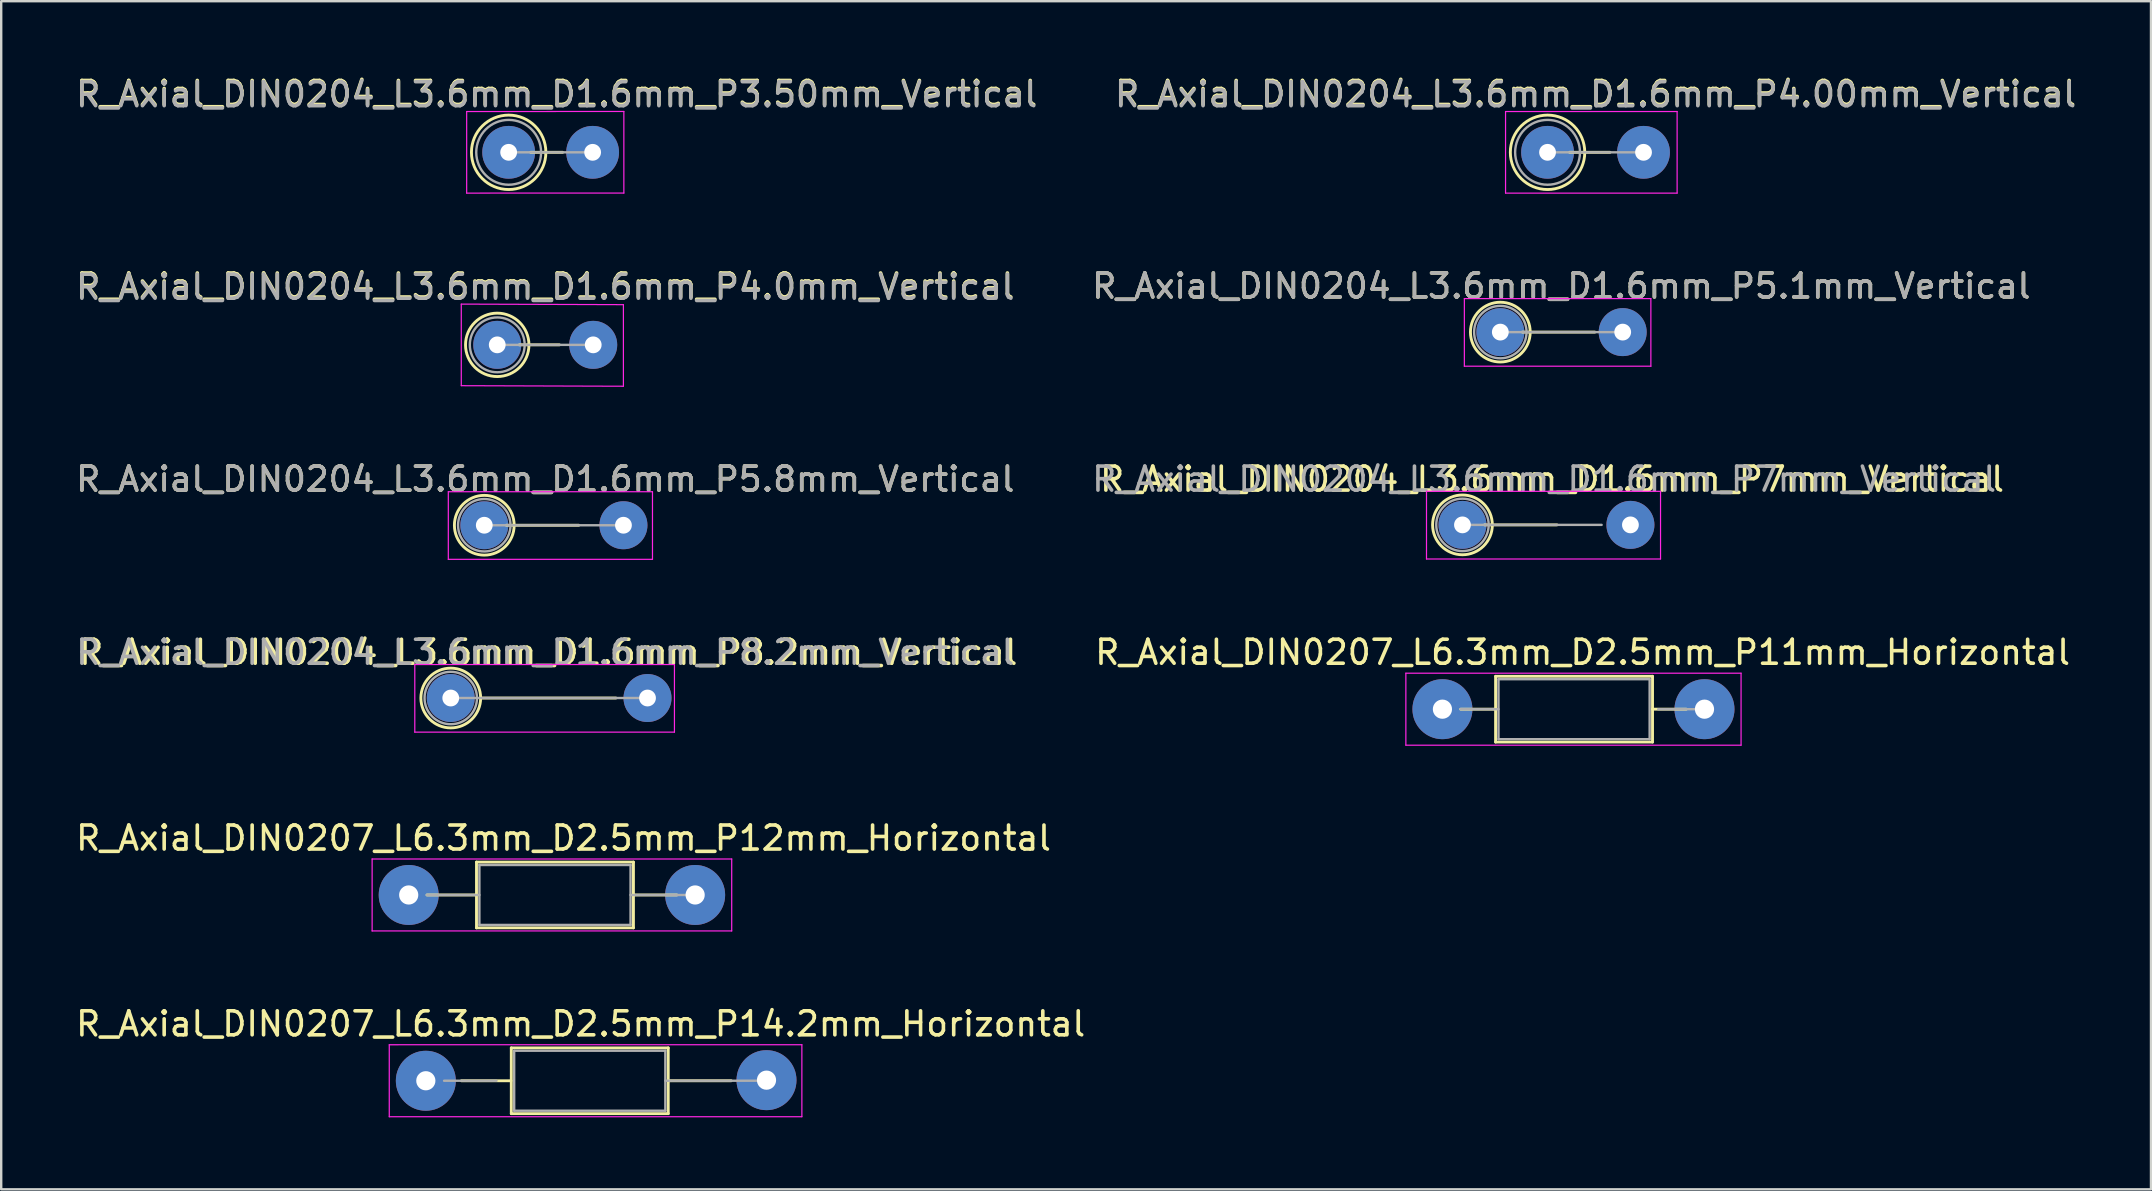
<source format=kicad_pcb>
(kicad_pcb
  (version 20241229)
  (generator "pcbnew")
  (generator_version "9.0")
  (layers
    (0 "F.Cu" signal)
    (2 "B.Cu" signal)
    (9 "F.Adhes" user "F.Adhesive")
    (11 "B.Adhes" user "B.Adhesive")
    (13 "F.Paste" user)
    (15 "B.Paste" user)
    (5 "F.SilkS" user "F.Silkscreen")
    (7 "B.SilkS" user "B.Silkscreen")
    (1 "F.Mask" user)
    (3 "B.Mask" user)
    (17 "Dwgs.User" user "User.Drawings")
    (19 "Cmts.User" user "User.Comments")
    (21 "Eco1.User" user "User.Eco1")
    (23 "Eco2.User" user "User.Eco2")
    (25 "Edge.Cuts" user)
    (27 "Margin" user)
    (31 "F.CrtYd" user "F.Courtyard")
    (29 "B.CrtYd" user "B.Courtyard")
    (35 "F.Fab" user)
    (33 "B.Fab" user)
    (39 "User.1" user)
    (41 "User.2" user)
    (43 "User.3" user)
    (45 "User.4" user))
  (footprint "R_Axial_DIN0204_L3.6mm_D1.6mm_P7mm_Vertical"
    (layer "F.Cu")
    (at 57.9 18.825)
    (property "Reference" "R_Axial_DIN0204_L3.6mm_D1.6mm_P7mm_Vertical" (at 3.734 -1.905 0) (layer "F.SilkS") (effects (font (size 1 1) (thickness 0.15))))
    (attr through_hole)
    (fp_line (start 0.92 0) (end 3.937 0) (stroke (width 0.12) (type solid)) (layer "F.SilkS"))
    (fp_circle (center 0 0) (end 1.245 0) (stroke (width 0.12) (type solid)) (fill no) (layer "F.SilkS"))
    (fp_line (start -1.499 -1.397) (end -1.499 1.422) (stroke (width 0.05) (type solid)) (layer "F.CrtYd"))
    (fp_line (start -1.499 1.422) (end 8.255 1.422) (stroke (width 0.05) (type solid)) (layer "F.CrtYd"))
    (fp_line (start 8.255 -1.397) (end -1.499 -1.397) (stroke (width 0.05) (type solid)) (layer "F.CrtYd"))
    (fp_line (start 8.255 1.422) (end 8.255 -1.397) (stroke (width 0.05) (type solid)) (layer "F.CrtYd"))
    (fp_line (start 0 0) (end 5.8 0) (stroke (width 0.1) (type solid)) (layer "F.Fab"))
    (fp_circle (center 0 0) (end 1.092 -0.025) (stroke (width 0.1) (type solid)) (fill no) (layer "F.Fab"))
    (fp_text user "${REFERENCE}" (at 3.404 -1.905 0) (layer "F.Fab") (effects (font (size 1 1) (thickness 0.15))))
    (pad "1" thru_hole circle (at 0 0) (size 2 2) (drill 0.7) (layers "*.Cu" "*.Mask"))
    (pad "2" thru_hole circle (at 7 0) (size 2 2) (drill 0.7) (layers "*.Cu" "*.Mask")))
  (footprint "R_Axial_DIN0204_L3.6mm_D1.6mm_P4.0mm_Vertical"
    (layer "F.Cu")
    (at 17.673 11.322)
    (property "Reference" "R_Axial_DIN0204_L3.6mm_D1.6mm_P4.0mm_Vertical" (at 2 -2.45 0) (layer "F.SilkS") (effects (font (size 1 1) (thickness 0.15))))
    (attr through_hole)
    (fp_line (start 0.92 0) (end 2.591 0) (stroke (width 0.12) (type solid)) (layer "F.SilkS"))
    (fp_circle (center 0 0) (end 1.321 0.025) (stroke (width 0.12) (type solid)) (fill no) (layer "F.SilkS"))
    (fp_line (start -1.499 -1.698) (end -1.499 1.702) (stroke (width 0.05) (type solid)) (layer "F.CrtYd"))
    (fp_line (start -1.499 1.702) (end 5.258 1.725) (stroke (width 0.05) (type solid)) (layer "F.CrtYd"))
    (fp_line (start 5.258 -1.675) (end -1.499 -1.698) (stroke (width 0.05) (type solid)) (layer "F.CrtYd"))
    (fp_line (start 5.258 1.725) (end 5.258 -1.675) (stroke (width 0.05) (type solid)) (layer "F.CrtYd"))
    (fp_line (start 0 0) (end 4 0) (stroke (width 0.1) (type solid)) (layer "F.Fab"))
    (fp_circle (center 0 0) (end 1.143 0) (stroke (width 0.1) (type solid)) (fill no) (layer "F.Fab"))
    (fp_text user "${REFERENCE}" (at 2 -2.4 0) (layer "F.Fab") (effects (font (size 1 1) (thickness 0.15))))
    (pad "1" thru_hole circle (at 0 0) (size 2 2) (drill 0.7) (layers "*.Cu" "*.Mask"))
    (pad "2" thru_hole circle (at 4 0) (size 2 2) (drill 0.7) (layers "*.Cu" "*.Mask")))
  (footprint "R_Axial_DIN0207_L6.3mm_D2.5mm_P11mm_Horizontal"
    (layer "F.Cu")
    (at 57.827 26.506)
    (property "Reference" "R_Axial_DIN0207_L6.3mm_D2.5mm_P11mm_Horizontal" (at 5.08 -2.37 0) (layer "F.SilkS") (effects (font (size 1 1) (thickness 0.15))))
    (attr through_hole)
    (fp_line (start 0 0) (end 1.454 0) (stroke (width 0.12) (type solid)) (layer "F.SilkS"))
    (fp_line (start 1.454 -1.37) (end 1.454 1.37) (stroke (width 0.12) (type solid)) (layer "F.SilkS"))
    (fp_line (start 1.454 1.37) (end 7.994 1.37) (stroke (width 0.12) (type solid)) (layer "F.SilkS"))
    (fp_line (start 7.994 -1.37) (end 1.454 -1.37) (stroke (width 0.12) (type solid)) (layer "F.SilkS"))
    (fp_line (start 7.994 1.37) (end 7.994 -1.37) (stroke (width 0.12) (type solid)) (layer "F.SilkS"))
    (fp_line (start 9.398 0) (end 7.994 0) (stroke (width 0.12) (type solid)) (layer "F.SilkS"))
    (fp_line (start -2.286 -1.5) (end -2.286 1.5) (stroke (width 0.05) (type solid)) (layer "F.CrtYd"))
    (fp_line (start -2.286 1.5) (end 11.684 1.5) (stroke (width 0.05) (type solid)) (layer "F.CrtYd"))
    (fp_line (start 11.684 -1.5) (end -2.286 -1.5) (stroke (width 0.05) (type solid)) (layer "F.CrtYd"))
    (fp_line (start 11.684 1.5) (end 11.684 -1.5) (stroke (width 0.05) (type solid)) (layer "F.CrtYd"))
    (fp_line (start 0 0) (end 1.574 0) (stroke (width 0.1) (type solid)) (layer "F.Fab"))
    (fp_line (start 1.574 -1.25) (end 1.574 1.25) (stroke (width 0.1) (type solid)) (layer "F.Fab"))
    (fp_line (start 1.574 1.25) (end 7.874 1.25) (stroke (width 0.1) (type solid)) (layer "F.Fab"))
    (fp_line (start 7.874 -1.25) (end 1.574 -1.25) (stroke (width 0.1) (type solid)) (layer "F.Fab"))
    (fp_line (start 7.874 1.25) (end 7.874 -1.25) (stroke (width 0.1) (type solid)) (layer "F.Fab"))
    (fp_line (start 10.16 0) (end 8.23 0) (stroke (width 0.1) (type solid)) (layer "F.Fab"))
    (pad "1" thru_hole circle (at -0.762 0) (size 2.5 2.5) (drill 0.8) (layers "*.Cu" "*.Mask"))
    (pad "2" thru_hole circle (at 10.16 0) (size 2.5 2.5) (drill 0.8) (layers "*.Cu" "*.Mask")))
  (footprint "R_Axial_DIN0207_L6.3mm_D2.5mm_P14.2mm_Horizontal"
    (layer "F.Cu")
    (at 16.475 41.992)
    (property "Reference" "R_Axial_DIN0207_L6.3mm_D2.5mm_P14.2mm_Horizontal" (at 4.674 -2.37 0) (layer "F.SilkS") (effects (font (size 1 1) (thickness 0.15))))
    (attr through_hole)
    (fp_line (start -0.295 0) (end 1.769 0) (stroke (width 0.12) (type solid)) (layer "F.SilkS"))
    (fp_line (start 1.784 -1.37) (end 1.784 1.37) (stroke (width 0.12) (type solid)) (layer "F.SilkS"))
    (fp_line (start 1.784 1.37) (end 8.324 1.37) (stroke (width 0.12) (type solid)) (layer "F.SilkS"))
    (fp_line (start 8.324 -1.37) (end 1.784 -1.37) (stroke (width 0.12) (type solid)) (layer "F.SilkS"))
    (fp_line (start 8.324 1.37) (end 8.324 -1.37) (stroke (width 0.12) (type solid)) (layer "F.SilkS"))
    (fp_line (start 10.947 0) (end 8.366 0) (stroke (width 0.12) (type solid)) (layer "F.SilkS"))
    (fp_line (start -3.302 -1.5) (end -3.302 1.5) (stroke (width 0.05) (type solid)) (layer "F.CrtYd"))
    (fp_line (start -3.302 1.5) (end 13.894 1.499) (stroke (width 0.05) (type solid)) (layer "F.CrtYd"))
    (fp_line (start 13.894 -1.501) (end -3.302 -1.5) (stroke (width 0.05) (type solid)) (layer "F.CrtYd"))
    (fp_line (start 13.894 1.499) (end 13.894 -1.501) (stroke (width 0.05) (type solid)) (layer "F.CrtYd"))
    (fp_line (start -1.016 0) (end 1.168 0) (stroke (width 0.1) (type solid)) (layer "F.Fab"))
    (fp_line (start 1.904 -1.25) (end 1.904 1.25) (stroke (width 0.1) (type solid)) (layer "F.Fab"))
    (fp_line (start 1.904 1.25) (end 8.204 1.25) (stroke (width 0.1) (type solid)) (layer "F.Fab"))
    (fp_line (start 8.204 -1.25) (end 1.904 -1.25) (stroke (width 0.1) (type solid)) (layer "F.Fab"))
    (fp_line (start 8.204 1.25) (end 8.204 -1.25) (stroke (width 0.1) (type solid)) (layer "F.Fab"))
    (fp_line (start 12.421 0) (end 8.204 0) (stroke (width 0.1) (type solid)) (layer "F.Fab"))
    (pad "1" thru_hole circle (at -1.778 0) (size 2.5 2.5) (drill 0.8) (layers "*.Cu" "*.Mask"))
    (pad "2" thru_hole circle (at 12.42 -0.025) (size 2.5 2.5) (drill 0.8) (layers "*.Cu" "*.Mask")))
  (footprint "R_Axial_DIN0204_L3.6mm_D1.6mm_P5.8mm_Vertical"
    (layer "F.Cu")
    (at 17.133 18.84)
    (property "Reference" "R_Axial_DIN0204_L3.6mm_D1.6mm_P5.8mm_Vertical" (at 2.54 -1.92 0) (layer "F.SilkS") (effects (font (size 1 1) (thickness 0.15))))
    (attr through_hole)
    (fp_line (start 0.92 0) (end 3.937 0) (stroke (width 0.12) (type solid)) (layer "F.SilkS"))
    (fp_circle (center 0 0) (end 1.245 0) (stroke (width 0.12) (type solid)) (fill no) (layer "F.SilkS"))
    (fp_line (start -1.499 -1.397) (end -1.499 1.422) (stroke (width 0.05) (type solid)) (layer "F.CrtYd"))
    (fp_line (start -1.499 1.422) (end 7.01 1.422) (stroke (width 0.05) (type solid)) (layer "F.CrtYd"))
    (fp_line (start 7.01 -1.397) (end -1.499 -1.397) (stroke (width 0.05) (type solid)) (layer "F.CrtYd"))
    (fp_line (start 7.01 1.422) (end 7.01 -1.397) (stroke (width 0.05) (type solid)) (layer "F.CrtYd"))
    (fp_line (start 0 0) (end 5.8 0) (stroke (width 0.1) (type solid)) (layer "F.Fab"))
    (fp_circle (center 0 0) (end 1.092 -0.025) (stroke (width 0.1) (type solid)) (fill no) (layer "F.Fab"))
    (fp_text user "${REFERENCE}" (at 2.54 -1.92 0) (layer "F.Fab") (effects (font (size 1 1) (thickness 0.15))))
    (pad "1" thru_hole circle (at 0 0) (size 2 2) (drill 0.7) (layers "*.Cu" "*.Mask"))
    (pad "2" thru_hole circle (at 5.8 0) (size 2 2) (drill 0.7) (layers "*.Cu" "*.Mask")))
  (footprint "R_Axial_DIN0204_L3.6mm_D1.6mm_P5.1mm_Vertical"
    (layer "F.Cu")
    (at 59.478 10.791)
    (property "Reference" "R_Axial_DIN0204_L3.6mm_D1.6mm_P5.1mm_Vertical" (at 2.54 -1.92 0) (layer "F.SilkS") (effects (font (size 1 1) (thickness 0.15))))
    (attr through_hole)
    (fp_line (start 0.92 0) (end 3.937 0) (stroke (width 0.12) (type solid)) (layer "F.SilkS"))
    (fp_circle (center 0 0) (end 1.245 0) (stroke (width 0.12) (type solid)) (fill no) (layer "F.SilkS"))
    (fp_line (start -1.499 -1.397) (end -1.499 1.422) (stroke (width 0.05) (type solid)) (layer "F.CrtYd"))
    (fp_line (start -1.499 1.422) (end 6.274 1.422) (stroke (width 0.05) (type solid)) (layer "F.CrtYd"))
    (fp_line (start 6.274 -1.397) (end -1.499 -1.397) (stroke (width 0.05) (type solid)) (layer "F.CrtYd"))
    (fp_line (start 6.274 1.422) (end 6.274 -1.397) (stroke (width 0.05) (type solid)) (layer "F.CrtYd"))
    (fp_line (start 0 0) (end 5.1 0) (stroke (width 0.1) (type solid)) (layer "F.Fab"))
    (fp_circle (center 0 0) (end 1.092 -0.025) (stroke (width 0.1) (type solid)) (fill no) (layer "F.Fab"))
    (fp_text user "${REFERENCE}" (at 2.54 -1.92 0) (layer "F.Fab") (effects (font (size 1 1) (thickness 0.15))))
    (pad "1" thru_hole circle (at 0 0) (size 2 2) (drill 0.7) (layers "*.Cu" "*.Mask"))
    (pad "2" thru_hole circle (at 5.1 0) (size 2 2) (drill 0.7) (layers "*.Cu" "*.Mask")))
  (footprint "R_Axial_DIN0204_L3.6mm_D1.6mm_P3.50mm_Vertical"
    (layer "F.Cu")
    (at 18.149 3.298)
    (property "Reference" "R_Axial_DIN0204_L3.6mm_D1.6mm_P3.50mm_Vertical" (at 2 -2.45 0) (layer "F.SilkS") (effects (font (size 1 1) (thickness 0.15))))
    (attr through_hole)
    (fp_line (start 0.92 0) (end 2.25 0) (stroke (width 0.12) (type solid)) (layer "F.SilkS"))
    (fp_circle (center 0 0) (end 1.55 0.05) (stroke (width 0.12) (type solid)) (fill no) (layer "F.SilkS"))
    (fp_line (start -1.75 -1.7) (end -1.75 1.7) (stroke (width 0.05) (type solid)) (layer "F.CrtYd"))
    (fp_line (start -1.75 1.7) (end 4.801 1.698) (stroke (width 0.05) (type solid)) (layer "F.CrtYd"))
    (fp_line (start 4.801 -1.702) (end -1.75 -1.7) (stroke (width 0.05) (type solid)) (layer "F.CrtYd"))
    (fp_line (start 4.801 1.698) (end 4.801 -1.702) (stroke (width 0.05) (type solid)) (layer "F.CrtYd"))
    (fp_line (start 0 0) (end 3.45 0) (stroke (width 0.1) (type solid)) (layer "F.Fab"))
    (fp_circle (center 0 0) (end 1.35 -0.05) (stroke (width 0.1) (type solid)) (fill no) (layer "F.Fab"))
    (fp_text user "${REFERENCE}" (at 2 -2.4 0) (layer "F.Fab") (effects (font (size 1 1) (thickness 0.15))))
    (pad "1" thru_hole circle (at 0 0) (size 2.2 2.2) (drill 0.7) (layers "*.Cu" "*.Mask"))
    (pad "2" thru_hole circle (at 3.5 0) (size 2.2 2.2) (drill 0.7) (layers "*.Cu" "*.Mask")))
  (footprint "R_Axial_DIN0204_L3.6mm_D1.6mm_P8.2mm_Vertical"
    (layer "F.Cu")
    (at 15.736 26.041)
    (property "Reference" "R_Axial_DIN0204_L3.6mm_D1.6mm_P8.2mm_Vertical" (at 4.064 -1.905 0) (layer "F.SilkS") (effects (font (size 1 1) (thickness 0.15))))
    (attr through_hole)
    (fp_line (start 1.245 0) (end 6.883 0) (stroke (width 0.12) (type solid)) (layer "F.SilkS"))
    (fp_circle (center 0 0) (end 1.245 0) (stroke (width 0.12) (type solid)) (fill no) (layer "F.SilkS"))
    (fp_line (start -1.499 -1.397) (end -1.499 1.422) (stroke (width 0.05) (type solid)) (layer "F.CrtYd"))
    (fp_line (start -1.499 1.422) (end 9.322 1.422) (stroke (width 0.05) (type solid)) (layer "F.CrtYd"))
    (fp_line (start 9.322 -1.397) (end -1.499 -1.397) (stroke (width 0.05) (type solid)) (layer "F.CrtYd"))
    (fp_line (start 9.322 1.422) (end 9.322 -1.397) (stroke (width 0.05) (type solid)) (layer "F.CrtYd"))
    (fp_line (start 0 0) (end 8.204 0) (stroke (width 0.1) (type solid)) (layer "F.Fab"))
    (fp_circle (center 0 0) (end 1.092 -0.025) (stroke (width 0.1) (type solid)) (fill no) (layer "F.Fab"))
    (fp_text user "${REFERENCE}" (at 3.937 -1.905 0) (layer "F.Fab") (effects (font (size 1 1) (thickness 0.15))))
    (pad "1" thru_hole circle (at 0 0) (size 2 2) (drill 0.7) (layers "*.Cu" "*.Mask"))
    (pad "2" thru_hole circle (at 8.2 0) (size 2 2) (drill 0.7) (layers "*.Cu" "*.Mask")))
  (footprint "R_Axial_DIN0204_L3.6mm_D1.6mm_P4.00mm_Vertical"
    (layer "F.Cu")
    (at 61.446 3.298)
    (property "Reference" "R_Axial_DIN0204_L3.6mm_D1.6mm_P4.00mm_Vertical" (at 2 -2.45 0) (layer "F.SilkS") (effects (font (size 1 1) (thickness 0.15))))
    (attr through_hole)
    (fp_line (start 0.92 0) (end 2.6 0) (stroke (width 0.12) (type solid)) (layer "F.SilkS"))
    (fp_circle (center 0 0) (end 1.55 0.05) (stroke (width 0.12) (type solid)) (fill no) (layer "F.SilkS"))
    (fp_line (start -1.75 -1.7) (end -1.75 1.7) (stroke (width 0.05) (type solid)) (layer "F.CrtYd"))
    (fp_line (start -1.75 1.7) (end 5.4 1.7) (stroke (width 0.05) (type solid)) (layer "F.CrtYd"))
    (fp_line (start 5.4 -1.7) (end -1.75 -1.7) (stroke (width 0.05) (type solid)) (layer "F.CrtYd"))
    (fp_line (start 5.4 1.7) (end 5.4 -1.7) (stroke (width 0.05) (type solid)) (layer "F.CrtYd"))
    (fp_line (start 0 0) (end 4 0) (stroke (width 0.1) (type solid)) (layer "F.Fab"))
    (fp_circle (center 0 0) (end 1.35 -0.05) (stroke (width 0.1) (type solid)) (fill no) (layer "F.Fab"))
    (fp_text user "${REFERENCE}" (at 2 -2.4 0) (layer "F.Fab") (effects (font (size 1 1) (thickness 0.15))))
    (pad "1" thru_hole circle (at 0 0) (size 2.2 2.2) (drill 0.7) (layers "*.Cu" "*.Mask"))
    (pad "2" thru_hole circle (at 4 0) (size 2.2 2.2) (drill 0.7) (layers "*.Cu" "*.Mask")))
  (footprint "R_Axial_DIN0207_L6.3mm_D2.5mm_P12mm_Horizontal"
    (layer "F.Cu")
    (at 15.761 34.249)
    (property "Reference" "R_Axial_DIN0207_L6.3mm_D2.5mm_P12mm_Horizontal" (at 4.674 -2.37 0) (layer "F.SilkS") (effects (font (size 1 1) (thickness 0.15))))
    (attr through_hole)
    (fp_line (start -1.016 0) (end 1.048 0) (stroke (width 0.12) (type solid)) (layer "F.SilkS"))
    (fp_line (start 1.048 -1.37) (end 1.048 1.37) (stroke (width 0.12) (type solid)) (layer "F.SilkS"))
    (fp_line (start 1.048 1.37) (end 7.588 1.37) (stroke (width 0.12) (type solid)) (layer "F.SilkS"))
    (fp_line (start 7.588 -1.37) (end 1.048 -1.37) (stroke (width 0.12) (type solid)) (layer "F.SilkS"))
    (fp_line (start 7.588 1.37) (end 7.588 -1.37) (stroke (width 0.12) (type solid)) (layer "F.SilkS"))
    (fp_line (start 9.398 0) (end 7.588 0) (stroke (width 0.12) (type solid)) (layer "F.SilkS"))
    (fp_line (start -3.302 -1.5) (end -3.302 1.5) (stroke (width 0.05) (type solid)) (layer "F.CrtYd"))
    (fp_line (start -3.302 1.5) (end 11.684 1.5) (stroke (width 0.05) (type solid)) (layer "F.CrtYd"))
    (fp_line (start 11.684 -1.5) (end -3.302 -1.5) (stroke (width 0.05) (type solid)) (layer "F.CrtYd"))
    (fp_line (start 11.684 1.5) (end 11.684 -1.5) (stroke (width 0.05) (type solid)) (layer "F.CrtYd"))
    (fp_line (start -1.016 0) (end 1.168 0) (stroke (width 0.1) (type solid)) (layer "F.Fab"))
    (fp_line (start 1.168 -1.25) (end 1.168 1.25) (stroke (width 0.1) (type solid)) (layer "F.Fab"))
    (fp_line (start 1.168 1.25) (end 7.468 1.25) (stroke (width 0.1) (type solid)) (layer "F.Fab"))
    (fp_line (start 7.468 -1.25) (end 1.168 -1.25) (stroke (width 0.1) (type solid)) (layer "F.Fab"))
    (fp_line (start 7.468 1.25) (end 7.468 -1.25) (stroke (width 0.1) (type solid)) (layer "F.Fab"))
    (fp_line (start 10.16 0) (end 7.468 0) (stroke (width 0.1) (type solid)) (layer "F.Fab"))
    (pad "1" thru_hole circle (at -1.778 0) (size 2.5 2.5) (drill 0.8) (layers "*.Cu" "*.Mask"))
    (pad "2" thru_hole circle (at 10.16 0) (size 2.5 2.5) (drill 0.8) (layers "*.Cu" "*.Mask")))
  (gr_rect
    (start -3 -3)
    (end 86.595 46.517)
    (stroke (width 0.1) (type default))
    (fill no)
    (layer "Edge.Cuts")))
</source>
